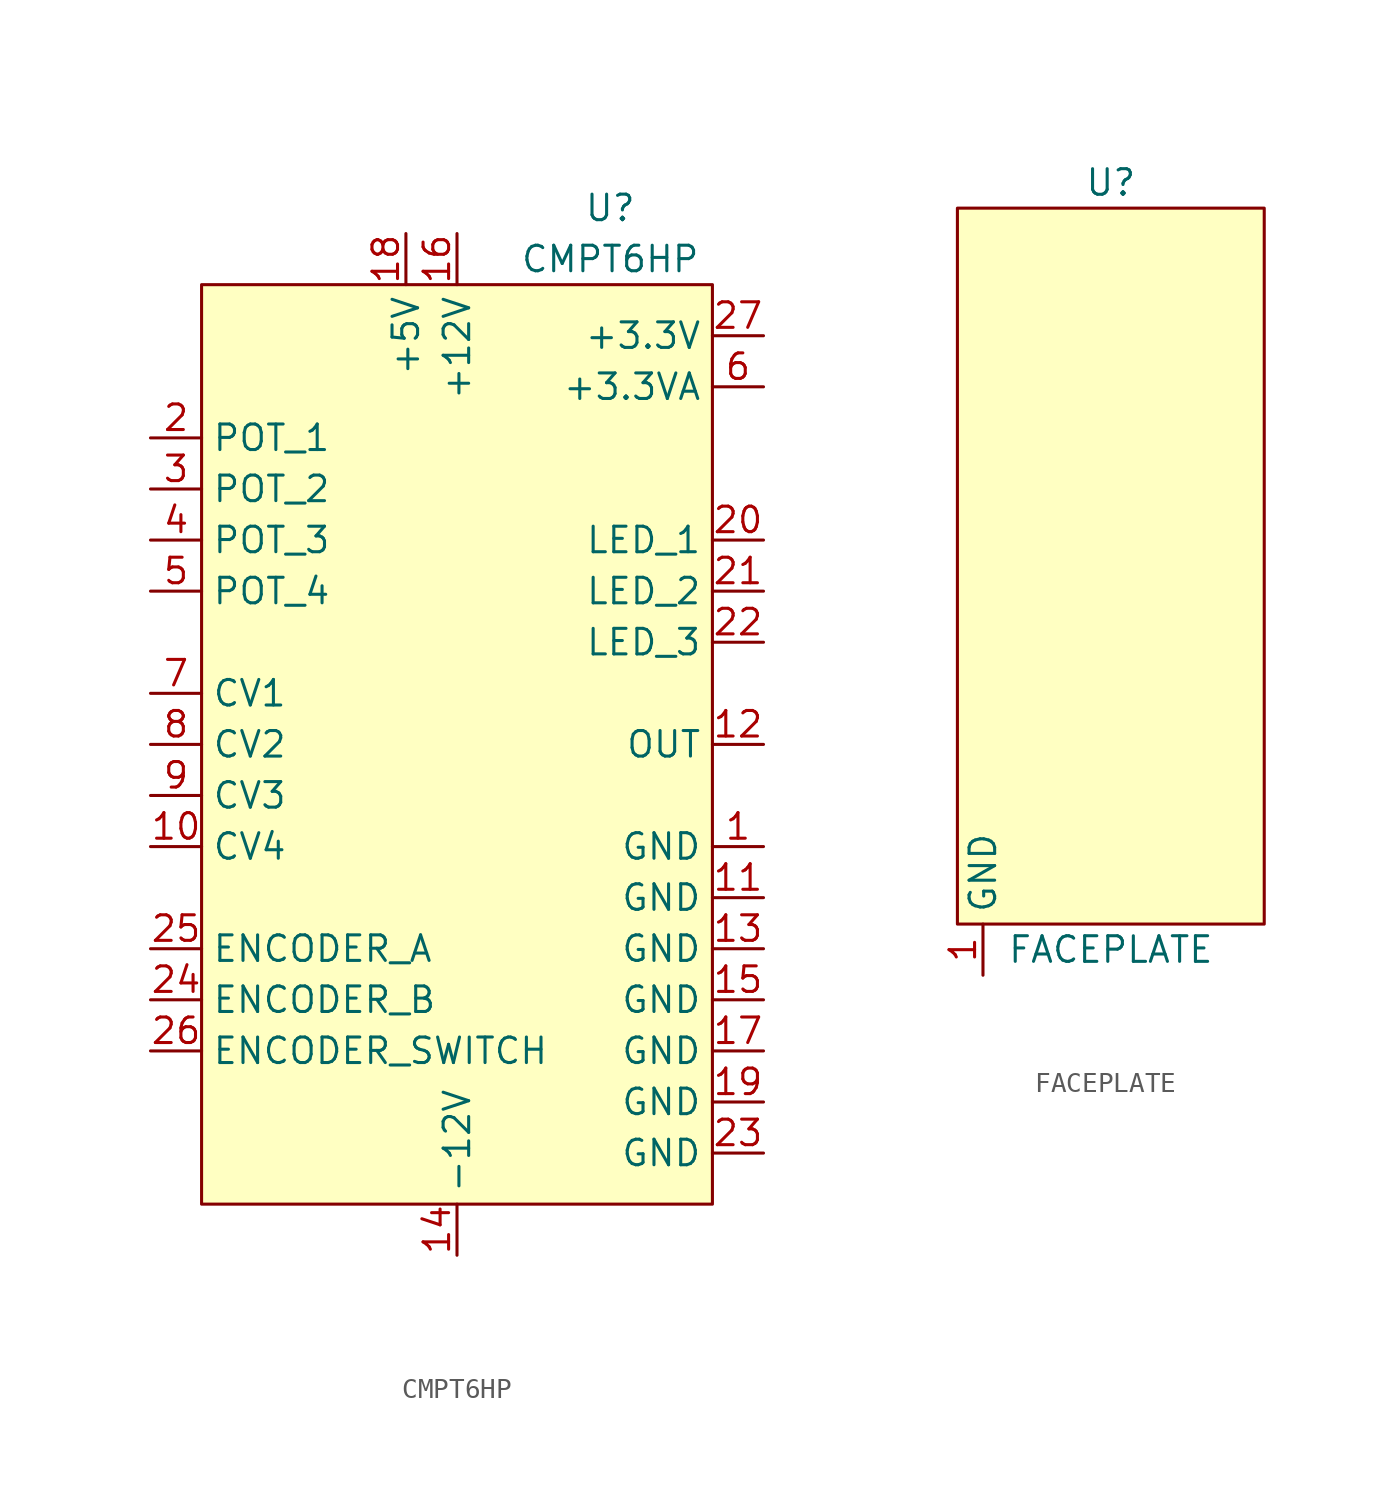
<source format=kicad_sym>
(kicad_symbol_lib
  (version 20211014)
  (generator kicad_symbol_editor)
  (symbol "CMPT6HP"
    (property "Reference" "U"
      (at 7.62 7.62 0)
      (effects (font (size 1.27 1.27))))
    (property "Value" "CMPT6HP"
      (at 7.62 5.08 0)
      (effects (font (size 1.27 1.27))))
    (symbol "CMPT6HP_0_1"
      (rectangle (start -12.7 3.81) (end 12.7 -41.91) (stroke (width 0) (type default) (color 0 0 0 0)) (fill (type background))))
    (symbol "CMPT6HP_1_1"
      (pin power_in line (at 15.24 -24.13 180) (length 2.54) (name "GND" (effects (font (size 1.27 1.27)))) (number "1" (effects (font (size 1.27 1.27)))))
      (pin input line (at -15.24 -24.13 0) (length 2.54) (name "CV4" (effects (font (size 1.27 1.27)))) (number "10" (effects (font (size 1.27 1.27)))))
      (pin power_in line (at 15.24 -26.67 180) (length 2.54) (name "GND" (effects (font (size 1.27 1.27)))) (number "11" (effects (font (size 1.27 1.27)))))
      (pin output line (at 15.24 -19.05 180) (length 2.54) (name "OUT" (effects (font (size 1.27 1.27)))) (number "12" (effects (font (size 1.27 1.27)))))
      (pin power_in line (at 15.24 -29.21 180) (length 2.54) (name "GND" (effects (font (size 1.27 1.27)))) (number "13" (effects (font (size 1.27 1.27)))))
      (pin power_in line (at 0 -44.45 90) (length 2.54) (name "-12V" (effects (font (size 1.27 1.27)))) (number "14" (effects (font (size 1.27 1.27)))))
      (pin power_in line (at 15.24 -31.75 180) (length 2.54) (name "GND" (effects (font (size 1.27 1.27)))) (number "15" (effects (font (size 1.27 1.27)))))
      (pin power_in line (at 0 6.35 270) (length 2.54) (name "+12V" (effects (font (size 1.27 1.27)))) (number "16" (effects (font (size 1.27 1.27)))))
      (pin power_in line (at 15.24 -34.29 180) (length 2.54) (name "GND" (effects (font (size 1.27 1.27)))) (number "17" (effects (font (size 1.27 1.27)))))
      (pin power_in line (at -2.54 6.35 270) (length 2.54) (name "+5V" (effects (font (size 1.27 1.27)))) (number "18" (effects (font (size 1.27 1.27)))))
      (pin power_in line (at 15.24 -36.83 180) (length 2.54) (name "GND" (effects (font (size 1.27 1.27)))) (number "19" (effects (font (size 1.27 1.27)))))
      (pin input line (at -15.24 -3.81 0) (length 2.54) (name "POT_1" (effects (font (size 1.27 1.27)))) (number "2" (effects (font (size 1.27 1.27)))))
      (pin output line (at 15.24 -8.89 180) (length 2.54) (name "LED_1" (effects (font (size 1.27 1.27)))) (number "20" (effects (font (size 1.27 1.27)))))
      (pin output line (at 15.24 -11.43 180) (length 2.54) (name "LED_2" (effects (font (size 1.27 1.27)))) (number "21" (effects (font (size 1.27 1.27)))))
      (pin output line (at 15.24 -13.97 180) (length 2.54) (name "LED_3" (effects (font (size 1.27 1.27)))) (number "22" (effects (font (size 1.27 1.27)))))
      (pin power_in line (at 15.24 -39.37 180) (length 2.54) (name "GND" (effects (font (size 1.27 1.27)))) (number "23" (effects (font (size 1.27 1.27)))))
      (pin input line (at -15.24 -31.75 0) (length 2.54) (name "ENCODER_B" (effects (font (size 1.27 1.27)))) (number "24" (effects (font (size 1.27 1.27)))))
      (pin input line (at -15.24 -29.21 0) (length 2.54) (name "ENCODER_A" (effects (font (size 1.27 1.27)))) (number "25" (effects (font (size 1.27 1.27)))))
      (pin input line (at -15.24 -34.29 0) (length 2.54) (name "ENCODER_SWITCH" (effects (font (size 1.27 1.27)))) (number "26" (effects (font (size 1.27 1.27)))))
      (pin power_out line (at 15.24 1.27 180) (length 2.54) (name "+3.3V" (effects (font (size 1.27 1.27)))) (number "27" (effects (font (size 1.27 1.27)))))
      (pin input line (at -15.24 -6.35 0) (length 2.54) (name "POT_2" (effects (font (size 1.27 1.27)))) (number "3" (effects (font (size 1.27 1.27)))))
      (pin input line (at -15.24 -8.89 0) (length 2.54) (name "POT_3" (effects (font (size 1.27 1.27)))) (number "4" (effects (font (size 1.27 1.27)))))
      (pin input line (at -15.24 -11.43 0) (length 2.54) (name "POT_4" (effects (font (size 1.27 1.27)))) (number "5" (effects (font (size 1.27 1.27)))))
      (pin power_out line (at 15.24 -1.27 180) (length 2.54) (name "+3.3VA" (effects (font (size 1.27 1.27)))) (number "6" (effects (font (size 1.27 1.27)))))
      (pin input line (at -15.24 -16.51 0) (length 2.54) (name "CV1" (effects (font (size 1.27 1.27)))) (number "7" (effects (font (size 1.27 1.27)))))
      (pin input line (at -15.24 -19.05 0) (length 2.54) (name "CV2" (effects (font (size 1.27 1.27)))) (number "8" (effects (font (size 1.27 1.27)))))
      (pin input line (at -15.24 -21.59 0) (length 2.54) (name "CV3" (effects (font (size 1.27 1.27)))) (number "9" (effects (font (size 1.27 1.27)))))))
  (symbol "FACEPLATE"
    (property "Reference" "U"
      (at 0 19.05 0)
      (effects (font (size 1.27 1.27))))
    (property "Value" "FACEPLATE"
      (at 0 -19.05 0)
      (effects (font (size 1.27 1.27))))
    (symbol "FACEPLATE_0_1"
      (rectangle (start -7.62 17.78) (end 7.62 -17.78) (stroke (width 0) (type default) (color 0 0 0 0)) (fill (type background))))
    (symbol "FACEPLATE_1_1"
      (pin power_in line (at -6.35 -20.32 90) (length 2.54) (name "GND" (effects (font (size 1.27 1.27)))) (number "1" (effects (font (size 1.27 1.27))))))))
</source>
